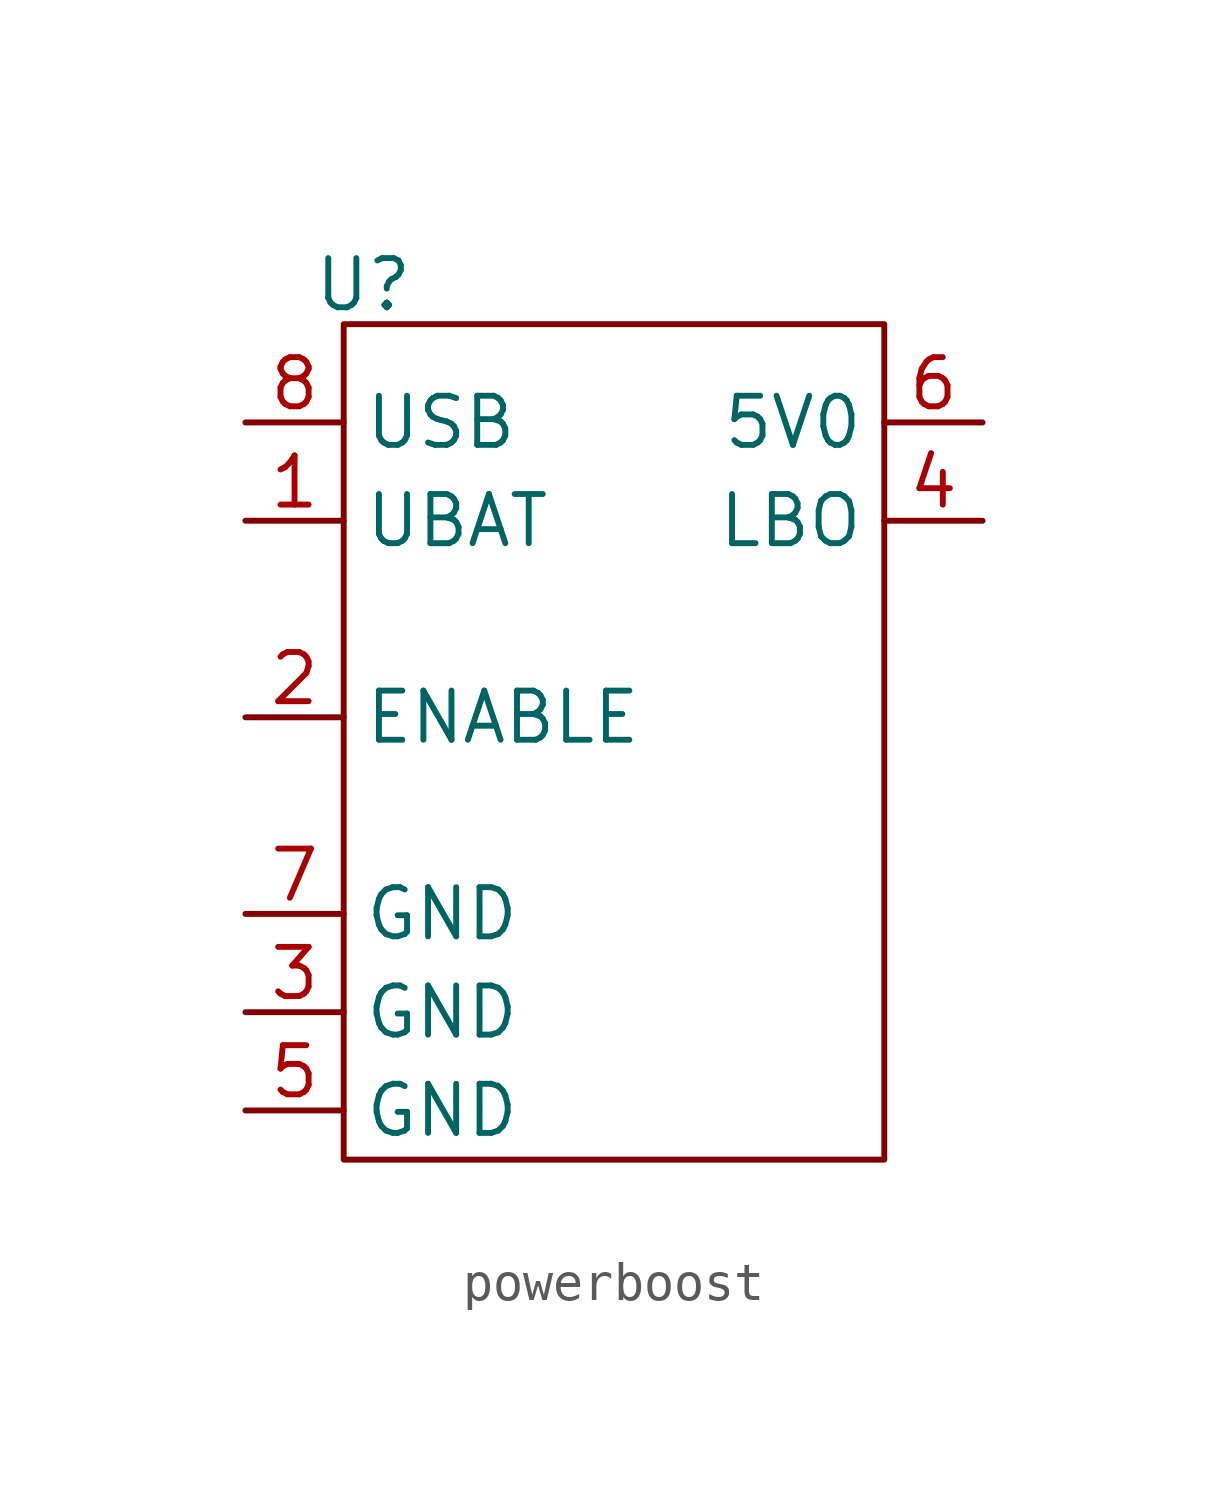
<source format=kicad_sym>
(kicad_symbol_lib
  (version 20241209)
  (generator "kicad_symbol_editor")
  (generator_version "9.0")
  (symbol "powerboost"
    (property "Reference" "U"
      (at 0.508 1.016 0)
      (effects (font (size 1.27 1.27))))
    (property "Value" ""
      (at 0 0 0)
      (effects (font (size 1.27 1.27))))
    (symbol "powerboost_0_1"
      (rectangle (start 0 0) (end 13.97 -21.59) (stroke (width 0) (type default)) (fill (type none))))
    (symbol "powerboost_1_1"
      (pin power_in line (at -2.54 -2.54 0) (length 2.54) (name "USB" (effects (font (size 1.27 1.27)))) (number "8" (effects (font (size 1.27 1.27)))))
      (pin bidirectional line (at -2.54 -5.08 0) (length 2.54) (name "UBAT" (effects (font (size 1.27 1.27)))) (number "1" (effects (font (size 1.27 1.27)))))
      (pin input line (at -2.54 -10.16 0) (length 2.54) (name "ENABLE" (effects (font (size 1.27 1.27)))) (number "2" (effects (font (size 1.27 1.27)))))
      (pin passive line (at -2.54 -15.24 0) (length 2.54) (name "GND" (effects (font (size 1.27 1.27)))) (number "7" (effects (font (size 1.27 1.27)))))
      (pin passive line (at -2.54 -17.78 0) (length 2.54) (name "GND" (effects (font (size 1.27 1.27)))) (number "3" (effects (font (size 1.27 1.27)))))
      (pin passive line (at -2.54 -20.32 0) (length 2.54) (name "GND" (effects (font (size 1.27 1.27)))) (number "5" (effects (font (size 1.27 1.27)))))
      (pin power_out line (at 16.51 -2.54 180) (length 2.54) (name "5V0" (effects (font (size 1.27 1.27)))) (number "6" (effects (font (size 1.27 1.27)))))
      (pin output line (at 16.51 -5.08 180) (length 2.54) (name "LBO" (effects (font (size 1.27 1.27)))) (number "4" (effects (font (size 1.27 1.27))))))))
</source>
